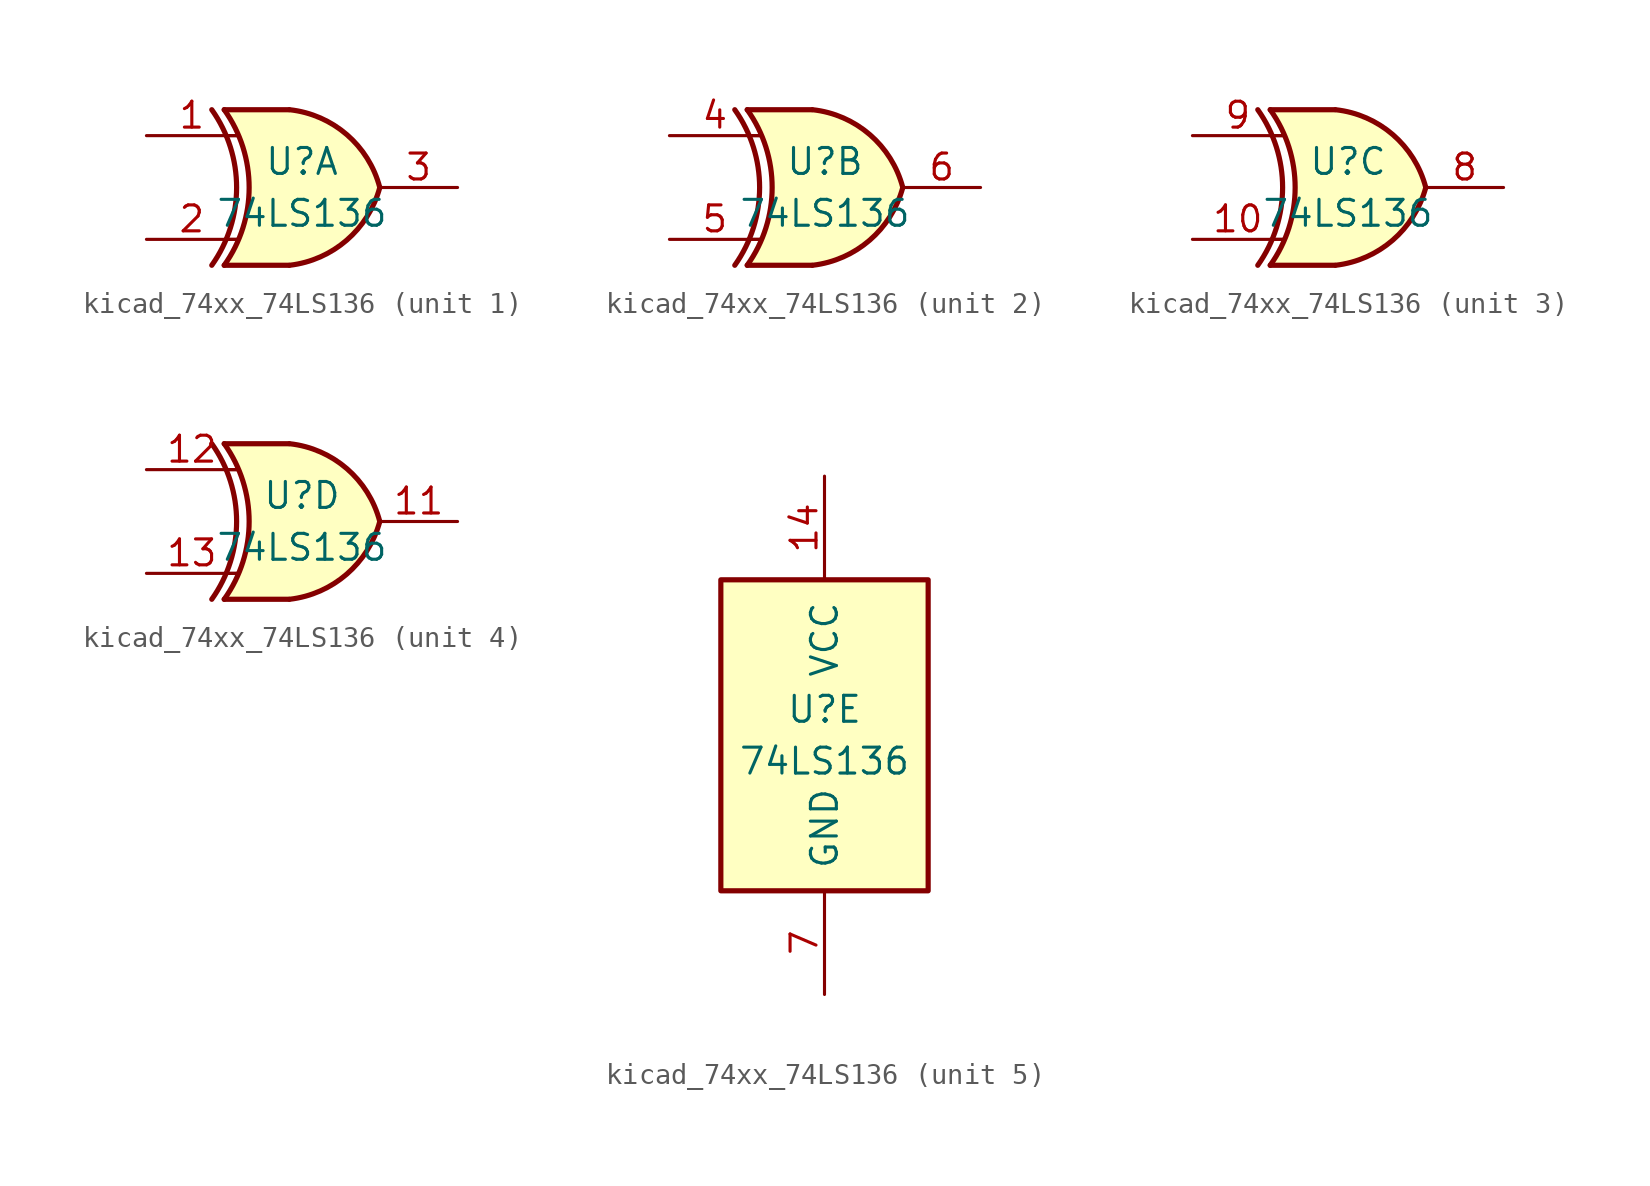
<source format=kicad_sym>
(kicad_symbol_lib
  (version 20220914)
  (generator kicad_symbol_editor)
  (symbol "kicad_74xx_74LS136"
    (pin_names
      (offset 1.016))
    (property "Reference" "U"
      (at 0 1.27 0)
      (effects (font (size 1.27 1.27))))
    (property "Value" "74LS136"
      (at 0 -1.27 0)
      (effects (font (size 1.27 1.27))))
    (property "ki_locked" ""
      (at 0 0 0)
      (effects (font (size 1.27 1.27))))
    (symbol "kicad_74xx_74LS136_1_0"
      (arc (start -4.4196 -3.81) (mid -3.2033 0) (end -4.4196 3.81) (stroke (width 0.254) (type default)) (fill (type none)))
      (arc (start -3.81 -3.81) (mid -2.589 0) (end -3.81 3.81) (stroke (width 0.254) (type default)) (fill (type none)))
      (arc (start -0.6096 -3.81) (mid 2.1842 -2.5851) (end 3.81 0) (stroke (width 0.254) (type default)) (fill (type background)))
      (polyline (pts (xy -3.81 -3.81) (xy -0.635 -3.81)) (stroke (width 0.254) (type default)) (fill (type background)))
      (polyline (pts (xy -3.81 3.81) (xy -0.635 3.81)) (stroke (width 0.254) (type default)) (fill (type background)))
      (polyline (pts (xy -0.635 3.81) (xy -3.81 3.81) (xy -3.81 3.81) (xy -3.556 3.404) (xy -3.023 2.261) (xy -2.692 1.041) (xy -2.616 -0.254) (xy -2.769 -1.499) (xy -3.175 -2.718) (xy -3.81 -3.81) (xy -3.81 -3.81) (xy -0.635 -3.81)) (stroke (width -25.4) (type default)) (fill (type background)))
      (arc (start 3.81 0) (mid 2.1915 2.5936) (end -0.6096 3.81) (stroke (width 0.254) (type default)) (fill (type background)))
      (pin input line (at -7.62 2.54 0) (length 4.445) (name "~" (effects (font (size 1.27 1.27)))) (number "1" (effects (font (size 1.27 1.27)))))
      (pin input line (at -7.62 -2.54 0) (length 4.445) (name "~" (effects (font (size 1.27 1.27)))) (number "2" (effects (font (size 1.27 1.27)))))
      (pin open_collector line (at 7.62 0 180) (length 3.81) (name "~" (effects (font (size 1.27 1.27)))) (number "3" (effects (font (size 1.27 1.27))))))
    (symbol "kicad_74xx_74LS136_1_1"
      (polyline (pts (xy -3.81 -2.54) (xy -3.175 -2.54)) (stroke (width 0.152) (type default)) (fill (type none)))
      (polyline (pts (xy -3.81 2.54) (xy -3.175 2.54)) (stroke (width 0.152) (type default)) (fill (type none))))
    (symbol "kicad_74xx_74LS136_2_0"
      (arc (start -4.4196 -3.81) (mid -3.2033 0) (end -4.4196 3.81) (stroke (width 0.254) (type default)) (fill (type none)))
      (arc (start -3.81 -3.81) (mid -2.589 0) (end -3.81 3.81) (stroke (width 0.254) (type default)) (fill (type none)))
      (arc (start -0.6096 -3.81) (mid 2.1842 -2.5851) (end 3.81 0) (stroke (width 0.254) (type default)) (fill (type background)))
      (polyline (pts (xy -3.81 -3.81) (xy -0.635 -3.81)) (stroke (width 0.254) (type default)) (fill (type background)))
      (polyline (pts (xy -3.81 3.81) (xy -0.635 3.81)) (stroke (width 0.254) (type default)) (fill (type background)))
      (polyline (pts (xy -0.635 3.81) (xy -3.81 3.81) (xy -3.81 3.81) (xy -3.556 3.404) (xy -3.023 2.261) (xy -2.692 1.041) (xy -2.616 -0.254) (xy -2.769 -1.499) (xy -3.175 -2.718) (xy -3.81 -3.81) (xy -3.81 -3.81) (xy -0.635 -3.81)) (stroke (width -25.4) (type default)) (fill (type background)))
      (arc (start 3.81 0) (mid 2.1915 2.5936) (end -0.6096 3.81) (stroke (width 0.254) (type default)) (fill (type background)))
      (pin input line (at -7.62 2.54 0) (length 4.445) (name "~" (effects (font (size 1.27 1.27)))) (number "4" (effects (font (size 1.27 1.27)))))
      (pin input line (at -7.62 -2.54 0) (length 4.445) (name "~" (effects (font (size 1.27 1.27)))) (number "5" (effects (font (size 1.27 1.27)))))
      (pin open_collector line (at 7.62 0 180) (length 3.81) (name "~" (effects (font (size 1.27 1.27)))) (number "6" (effects (font (size 1.27 1.27))))))
    (symbol "kicad_74xx_74LS136_2_1"
      (polyline (pts (xy -3.81 -2.54) (xy -3.175 -2.54)) (stroke (width 0.152) (type default)) (fill (type none)))
      (polyline (pts (xy -3.81 2.54) (xy -3.175 2.54)) (stroke (width 0.152) (type default)) (fill (type none))))
    (symbol "kicad_74xx_74LS136_3_0"
      (arc (start -4.4196 -3.81) (mid -3.2033 0) (end -4.4196 3.81) (stroke (width 0.254) (type default)) (fill (type none)))
      (arc (start -3.81 -3.81) (mid -2.589 0) (end -3.81 3.81) (stroke (width 0.254) (type default)) (fill (type none)))
      (arc (start -0.6096 -3.81) (mid 2.1842 -2.5851) (end 3.81 0) (stroke (width 0.254) (type default)) (fill (type background)))
      (polyline (pts (xy -3.81 -3.81) (xy -0.635 -3.81)) (stroke (width 0.254) (type default)) (fill (type background)))
      (polyline (pts (xy -3.81 3.81) (xy -0.635 3.81)) (stroke (width 0.254) (type default)) (fill (type background)))
      (polyline (pts (xy -0.635 3.81) (xy -3.81 3.81) (xy -3.81 3.81) (xy -3.556 3.404) (xy -3.023 2.261) (xy -2.692 1.041) (xy -2.616 -0.254) (xy -2.769 -1.499) (xy -3.175 -2.718) (xy -3.81 -3.81) (xy -3.81 -3.81) (xy -0.635 -3.81)) (stroke (width -25.4) (type default)) (fill (type background)))
      (arc (start 3.81 0) (mid 2.1915 2.5936) (end -0.6096 3.81) (stroke (width 0.254) (type default)) (fill (type background)))
      (pin input line (at -7.62 -2.54 0) (length 4.445) (name "~" (effects (font (size 1.27 1.27)))) (number "10" (effects (font (size 1.27 1.27)))))
      (pin open_collector line (at 7.62 0 180) (length 3.81) (name "~" (effects (font (size 1.27 1.27)))) (number "8" (effects (font (size 1.27 1.27)))))
      (pin input line (at -7.62 2.54 0) (length 4.445) (name "~" (effects (font (size 1.27 1.27)))) (number "9" (effects (font (size 1.27 1.27))))))
    (symbol "kicad_74xx_74LS136_3_1"
      (polyline (pts (xy -3.81 -2.54) (xy -3.175 -2.54)) (stroke (width 0.152) (type default)) (fill (type none)))
      (polyline (pts (xy -3.81 2.54) (xy -3.175 2.54)) (stroke (width 0.152) (type default)) (fill (type none))))
    (symbol "kicad_74xx_74LS136_4_0"
      (arc (start -4.4196 -3.81) (mid -3.2033 0) (end -4.4196 3.81) (stroke (width 0.254) (type default)) (fill (type none)))
      (arc (start -3.81 -3.81) (mid -2.589 0) (end -3.81 3.81) (stroke (width 0.254) (type default)) (fill (type none)))
      (arc (start -0.6096 -3.81) (mid 2.1842 -2.5851) (end 3.81 0) (stroke (width 0.254) (type default)) (fill (type background)))
      (polyline (pts (xy -3.81 -3.81) (xy -0.635 -3.81)) (stroke (width 0.254) (type default)) (fill (type background)))
      (polyline (pts (xy -3.81 3.81) (xy -0.635 3.81)) (stroke (width 0.254) (type default)) (fill (type background)))
      (polyline (pts (xy -0.635 3.81) (xy -3.81 3.81) (xy -3.81 3.81) (xy -3.556 3.404) (xy -3.023 2.261) (xy -2.692 1.041) (xy -2.616 -0.254) (xy -2.769 -1.499) (xy -3.175 -2.718) (xy -3.81 -3.81) (xy -3.81 -3.81) (xy -0.635 -3.81)) (stroke (width -25.4) (type default)) (fill (type background)))
      (arc (start 3.81 0) (mid 2.1915 2.5936) (end -0.6096 3.81) (stroke (width 0.254) (type default)) (fill (type background)))
      (pin open_collector line (at 7.62 0 180) (length 3.81) (name "~" (effects (font (size 1.27 1.27)))) (number "11" (effects (font (size 1.27 1.27)))))
      (pin input line (at -7.62 2.54 0) (length 4.445) (name "~" (effects (font (size 1.27 1.27)))) (number "12" (effects (font (size 1.27 1.27)))))
      (pin input line (at -7.62 -2.54 0) (length 4.445) (name "~" (effects (font (size 1.27 1.27)))) (number "13" (effects (font (size 1.27 1.27))))))
    (symbol "kicad_74xx_74LS136_4_1"
      (polyline (pts (xy -3.81 -2.54) (xy -3.175 -2.54)) (stroke (width 0.152) (type default)) (fill (type none)))
      (polyline (pts (xy -3.81 2.54) (xy -3.175 2.54)) (stroke (width 0.152) (type default)) (fill (type none))))
    (symbol "kicad_74xx_74LS136_5_0"
      (pin power_in line (at 0 12.7 270) (length 5.08) (name "VCC" (effects (font (size 1.27 1.27)))) (number "14" (effects (font (size 1.27 1.27)))))
      (pin power_in line (at 0 -12.7 90) (length 5.08) (name "GND" (effects (font (size 1.27 1.27)))) (number "7" (effects (font (size 1.27 1.27))))))
    (symbol "kicad_74xx_74LS136_5_1"
      (rectangle (start -5.08 7.62) (end 5.08 -7.62) (stroke (width 0.254) (type default)) (fill (type background))))))
</source>
